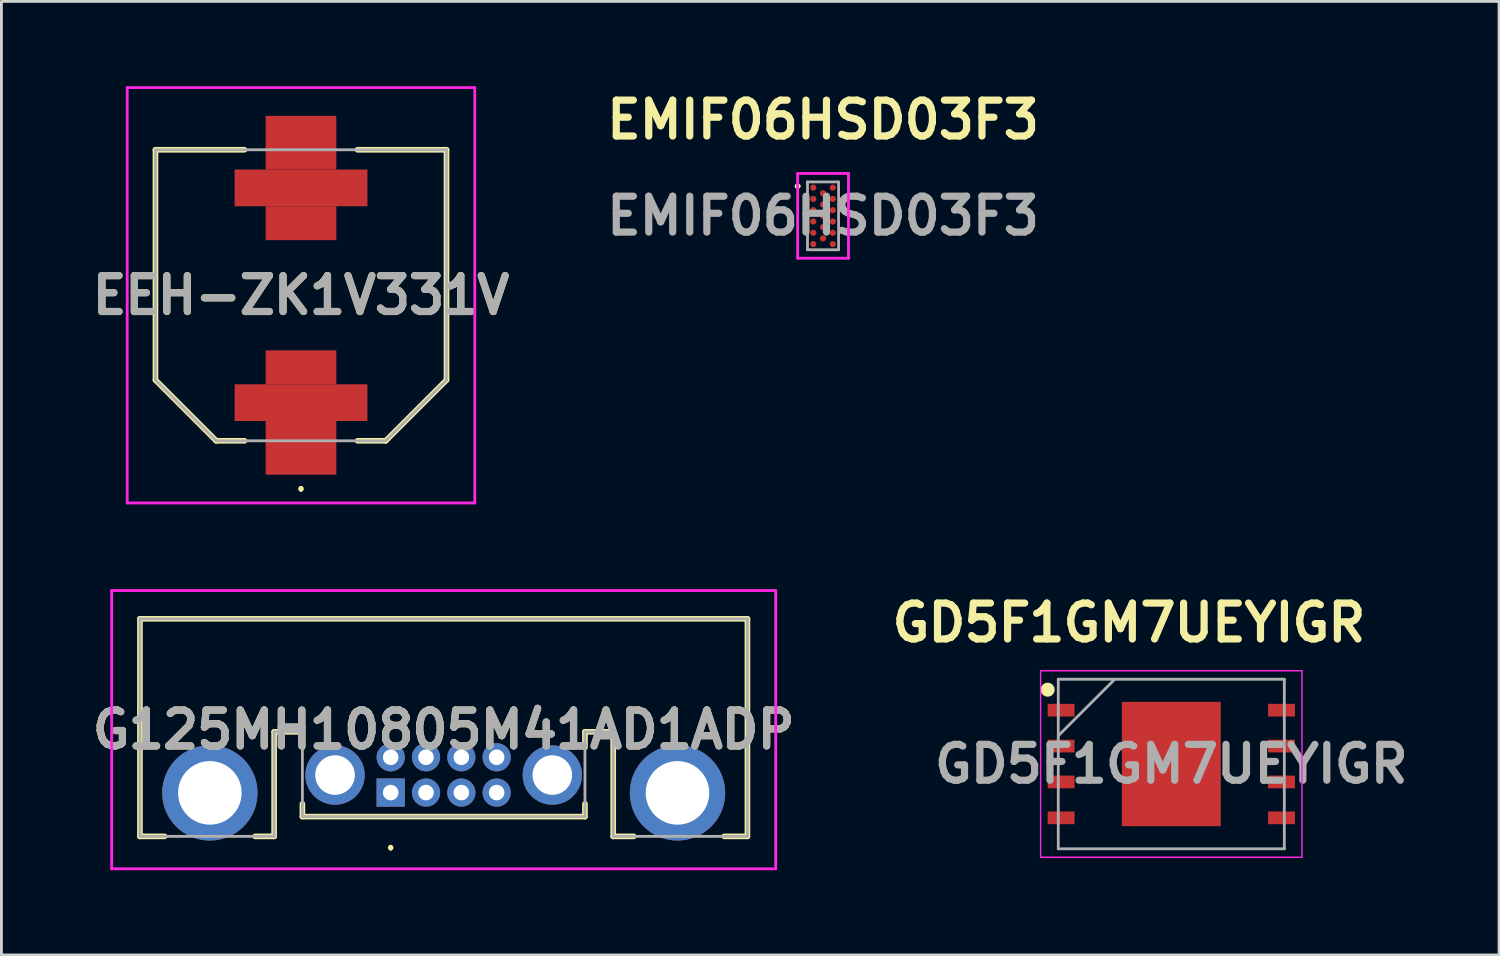
<source format=kicad_pcb>
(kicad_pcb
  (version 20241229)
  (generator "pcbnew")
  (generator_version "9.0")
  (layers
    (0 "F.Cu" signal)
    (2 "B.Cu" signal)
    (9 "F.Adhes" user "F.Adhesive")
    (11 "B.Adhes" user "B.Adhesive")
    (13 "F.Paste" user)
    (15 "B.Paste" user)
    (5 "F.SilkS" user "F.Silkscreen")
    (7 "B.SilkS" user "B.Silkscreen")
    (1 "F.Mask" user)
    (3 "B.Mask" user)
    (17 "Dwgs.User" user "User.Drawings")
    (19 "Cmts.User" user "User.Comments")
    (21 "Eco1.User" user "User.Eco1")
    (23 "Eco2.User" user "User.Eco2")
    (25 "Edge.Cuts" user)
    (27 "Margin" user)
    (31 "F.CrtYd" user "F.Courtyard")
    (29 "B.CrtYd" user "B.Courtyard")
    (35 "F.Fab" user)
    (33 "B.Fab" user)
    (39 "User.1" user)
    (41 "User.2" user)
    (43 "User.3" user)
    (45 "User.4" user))
  (footprint "EMIF06HSD03F3"
    (layer "F.Cu")
    (at 26.078 4.589)
    (property "Reference" "EMIF06HSD03F3" (at 0 -3.4 0) (layer "F.SilkS") (effects (font (size 1.27 1.27) (thickness 0.254))))
    (attr smd)
    (fp_line (start -0.95 -1.05) (end -0.95 -1.05) (stroke (width 0.1) (type solid)) (layer "F.SilkS"))
    (fp_line (start -0.85 -1.05) (end -0.85 -1.05) (stroke (width 0.1) (type solid)) (layer "F.SilkS"))
    (fp_arc (start -0.95 -1.05) (mid -0.9 -1.1) (end -0.85 -1.05) (stroke (width 0.1) (type solid)) (layer "F.SilkS"))
    (fp_arc (start -0.85 -1.05) (mid -0.9 -1) (end -0.95 -1.05) (stroke (width 0.1) (type solid)) (layer "F.SilkS"))
    (fp_line (start -0.9 -1.5) (end -0.9 1.5) (stroke (width 0.1) (type solid)) (layer "F.CrtYd"))
    (fp_line (start -0.9 1.5) (end 0.9 1.5) (stroke (width 0.1) (type solid)) (layer "F.CrtYd"))
    (fp_line (start 0.9 -1.5) (end -0.9 -1.5) (stroke (width 0.1) (type solid)) (layer "F.CrtYd"))
    (fp_line (start 0.9 1.5) (end 0.9 -1.5) (stroke (width 0.1) (type solid)) (layer "F.CrtYd"))
    (fp_line (start -0.55 -1.2) (end -0.55 1.2) (stroke (width 0.1) (type solid)) (layer "F.Fab"))
    (fp_line (start -0.55 1.2) (end 0.55 1.2) (stroke (width 0.1) (type solid)) (layer "F.Fab"))
    (fp_line (start 0.55 -1.2) (end -0.55 -1.2) (stroke (width 0.1) (type solid)) (layer "F.Fab"))
    (fp_line (start 0.55 1.2) (end 0.55 -1.2) (stroke (width 0.1) (type solid)) (layer "F.Fab"))
    (fp_text user "${REFERENCE}" (at 0 0 0) (layer "F.Fab") (effects (font (size 1.27 1.27) (thickness 0.254))))
    (pad "A1" smd circle (at -0.346 -1 90) (size 0.22 0.22) (layers "F.Cu" "F.Mask" "F.Paste"))
    (pad "A3" smd circle (at 0.346 -1 90) (size 0.22 0.22) (layers "F.Cu" "F.Mask" "F.Paste"))
    (pad "B2" smd circle (at 0 -0.8 90) (size 0.22 0.22) (layers "F.Cu" "F.Mask" "F.Paste"))
    (pad "C1" smd circle (at -0.346 -0.6 90) (size 0.22 0.22) (layers "F.Cu" "F.Mask" "F.Paste"))
    (pad "C3" smd circle (at 0.346 -0.6 90) (size 0.22 0.22) (layers "F.Cu" "F.Mask" "F.Paste"))
    (pad "D2" smd circle (at 0 -0.4 90) (size 0.22 0.22) (layers "F.Cu" "F.Mask" "F.Paste"))
    (pad "E1" smd circle (at -0.346 -0.2 90) (size 0.22 0.22) (layers "F.Cu" "F.Mask" "F.Paste"))
    (pad "E3" smd circle (at 0.346 -0.2 90) (size 0.22 0.22) (layers "F.Cu" "F.Mask" "F.Paste"))
    (pad "F2" smd circle (at 0 0 90) (size 0.22 0.22) (layers "F.Cu" "F.Mask" "F.Paste"))
    (pad "G1" smd circle (at -0.346 0.2 90) (size 0.22 0.22) (layers "F.Cu" "F.Mask" "F.Paste"))
    (pad "G3" smd circle (at 0.346 0.2 90) (size 0.22 0.22) (layers "F.Cu" "F.Mask" "F.Paste"))
    (pad "H2" smd circle (at 0 0.4 90) (size 0.22 0.22) (layers "F.Cu" "F.Mask" "F.Paste"))
    (pad "I1" smd circle (at -0.346 0.6 90) (size 0.22 0.22) (layers "F.Cu" "F.Mask" "F.Paste"))
    (pad "I3" smd circle (at 0.346 0.6 90) (size 0.22 0.22) (layers "F.Cu" "F.Mask" "F.Paste"))
    (pad "J2" smd circle (at 0 0.8 90) (size 0.22 0.22) (layers "F.Cu" "F.Mask" "F.Paste"))
    (pad "K1" smd circle (at -0.346 1 90) (size 0.22 0.22) (layers "F.Cu" "F.Mask" "F.Paste"))
    (pad "K3" smd circle (at 0.346 1 90) (size 0.22 0.22) (layers "F.Cu" "F.Mask" "F.Paste")))
  (footprint "EEH-ZK1V331V"
    (layer "F.Cu")
    (at 7.602 7.4)
    (property "Reference" "EEH-ZK1V331V" (at 0 0 0) (layer "F.SilkS") (effects (font (size 1.27 1.27) (thickness 0.254))))
    (attr smd)
    (fp_line (start -5.15 -5.15) (end -5.15 3) (stroke (width 0.2) (type solid)) (layer "F.SilkS"))
    (fp_line (start -5.15 3) (end -3 5.15) (stroke (width 0.2) (type solid)) (layer "F.SilkS"))
    (fp_line (start -3 5.15) (end -2 5.15) (stroke (width 0.2) (type solid)) (layer "F.SilkS"))
    (fp_line (start -2 -5.15) (end -5.15 -5.15) (stroke (width 0.2) (type solid)) (layer "F.SilkS"))
    (fp_line (start 0 6.8) (end 0 6.8) (stroke (width 0.1) (type solid)) (layer "F.SilkS"))
    (fp_line (start 0 6.9) (end 0 6.9) (stroke (width 0.1) (type solid)) (layer "F.SilkS"))
    (fp_line (start 2 -5.15) (end 5.15 -5.15) (stroke (width 0.2) (type solid)) (layer "F.SilkS"))
    (fp_line (start 3 5.15) (end 2 5.15) (stroke (width 0.2) (type solid)) (layer "F.SilkS"))
    (fp_line (start 5.15 -5.15) (end 5.15 3) (stroke (width 0.2) (type solid)) (layer "F.SilkS"))
    (fp_line (start 5.15 3) (end 3 5.15) (stroke (width 0.2) (type solid)) (layer "F.SilkS"))
    (fp_arc (start 0 6.8) (mid 0.05 6.85) (end 0 6.9) (stroke (width 0.1) (type solid)) (layer "F.SilkS"))
    (fp_arc (start 0 6.9) (mid -0.05 6.85) (end 0 6.8) (stroke (width 0.1) (type solid)) (layer "F.SilkS"))
    (fp_line (start -6.15 -7.35) (end 6.15 -7.35) (stroke (width 0.1) (type solid)) (layer "F.CrtYd"))
    (fp_line (start -6.15 7.35) (end -6.15 -7.35) (stroke (width 0.1) (type solid)) (layer "F.CrtYd"))
    (fp_line (start 6.15 -7.35) (end 6.15 7.35) (stroke (width 0.1) (type solid)) (layer "F.CrtYd"))
    (fp_line (start 6.15 7.35) (end -6.15 7.35) (stroke (width 0.1) (type solid)) (layer "F.CrtYd"))
    (fp_line (start -5.15 -5.15) (end 5.15 -5.15) (stroke (width 0.1) (type solid)) (layer "F.Fab"))
    (fp_line (start -5.15 3) (end -5.15 -5.15) (stroke (width 0.1) (type solid)) (layer "F.Fab"))
    (fp_line (start -3 5.15) (end -5.15 3) (stroke (width 0.1) (type solid)) (layer "F.Fab"))
    (fp_line (start 3 5.15) (end -3 5.15) (stroke (width 0.1) (type solid)) (layer "F.Fab"))
    (fp_line (start 5.15 -5.15) (end 5.15 3) (stroke (width 0.1) (type solid)) (layer "F.Fab"))
    (fp_line (start 5.15 3) (end 3 5.15) (stroke (width 0.1) (type solid)) (layer "F.Fab"))
    (fp_text user "${REFERENCE}" (at 0 0 0) (layer "F.Fab") (effects (font (size 1.27 1.27) (thickness 0.254))))
    (pad "1" smd rect (at 0 3.8 90) (size 1.3 4.7) (layers "F.Cu" "F.Mask" "F.Paste"))
    (pad "2" smd rect (at 0 -3.8 90) (size 1.3 4.7) (layers "F.Cu" "F.Mask" "F.Paste"))
    (pad "3" smd rect (at 0 5.4 90) (size 1.9 2.5) (layers "F.Cu" "F.Mask" "F.Paste"))
    (pad "4" smd rect (at 0 2.55 90) (size 1.2 2.5) (layers "F.Cu" "F.Mask" "F.Paste"))
    (pad "5" smd rect (at 0 -2.55 90) (size 1.2 2.5) (layers "F.Cu" "F.Mask" "F.Paste"))
    (pad "6" smd rect (at 0 -5.4 90) (size 1.9 2.5) (layers "F.Cu" "F.Mask" "F.Paste")))
  (footprint "G125MH10805M41AD1ADP"
    (layer "F.Cu")
    (at 10.777 25)
    (property "Reference" "G125MH10805M41AD1ADP" (at 1.875 -2.226 0) (layer "F.SilkS") (effects (font (size 1.27 1.27) (thickness 0.254))))
    (attr through_hole)
    (fp_line (start -8.875 -6.15) (end -8.875 1.55) (stroke (width 0.2) (type solid)) (layer "F.SilkS"))
    (fp_line (start -8.875 1.55) (end -8 1.55) (stroke (width 0.2) (type solid)) (layer "F.SilkS"))
    (fp_line (start -4.8 1.55) (end -4.125 1.55) (stroke (width 0.2) (type solid)) (layer "F.SilkS"))
    (fp_line (start -4.125 -2.15) (end -3.125 -2.15) (stroke (width 0.2) (type solid)) (layer "F.SilkS"))
    (fp_line (start -4.125 1.55) (end -4.125 -2.15) (stroke (width 0.2) (type solid)) (layer "F.SilkS"))
    (fp_line (start -3.125 -2.15) (end -3.125 -1.6) (stroke (width 0.2) (type solid)) (layer "F.SilkS"))
    (fp_line (start -3.125 0.4) (end -3.125 0.85) (stroke (width 0.2) (type solid)) (layer "F.SilkS"))
    (fp_line (start -3.125 0.85) (end 6.875 0.85) (stroke (width 0.2) (type solid)) (layer "F.SilkS"))
    (fp_line (start 0 1.9) (end 0 1.9) (stroke (width 0.1) (type solid)) (layer "F.SilkS"))
    (fp_line (start 0 2) (end 0 2) (stroke (width 0.1) (type solid)) (layer "F.SilkS"))
    (fp_line (start 6.875 -2.15) (end 7.875 -2.15) (stroke (width 0.2) (type solid)) (layer "F.SilkS"))
    (fp_line (start 6.875 -1.6) (end 6.875 -2.15) (stroke (width 0.2) (type solid)) (layer "F.SilkS"))
    (fp_line (start 6.875 0.85) (end 6.875 0.4) (stroke (width 0.2) (type solid)) (layer "F.SilkS"))
    (fp_line (start 7.875 -2.15) (end 7.875 1.55) (stroke (width 0.2) (type solid)) (layer "F.SilkS"))
    (fp_line (start 7.875 1.55) (end 8.6 1.55) (stroke (width 0.2) (type solid)) (layer "F.SilkS"))
    (fp_line (start 11.8 1.55) (end 12.625 1.55) (stroke (width 0.2) (type solid)) (layer "F.SilkS"))
    (fp_line (start 12.625 -6.15) (end -8.875 -6.15) (stroke (width 0.2) (type solid)) (layer "F.SilkS"))
    (fp_line (start 12.625 1.55) (end 12.625 -6.15) (stroke (width 0.2) (type solid)) (layer "F.SilkS"))
    (fp_arc (start 0 1.9) (mid 0.05 1.95) (end 0 2) (stroke (width 0.1) (type solid)) (layer "F.SilkS"))
    (fp_arc (start 0 2) (mid -0.05 1.95) (end 0 1.9) (stroke (width 0.1) (type solid)) (layer "F.SilkS"))
    (fp_line (start -9.875 -7.15) (end 13.625 -7.15) (stroke (width 0.1) (type solid)) (layer "F.CrtYd"))
    (fp_line (start -9.875 2.697) (end -9.875 -7.15) (stroke (width 0.1) (type solid)) (layer "F.CrtYd"))
    (fp_line (start 13.625 -7.15) (end 13.625 2.697) (stroke (width 0.1) (type solid)) (layer "F.CrtYd"))
    (fp_line (start 13.625 2.697) (end -9.875 2.697) (stroke (width 0.1) (type solid)) (layer "F.CrtYd"))
    (fp_line (start -8.875 -6.15) (end 1.875 -6.15) (stroke (width 0.1) (type solid)) (layer "F.Fab"))
    (fp_line (start -8.875 1.55) (end -8.875 -6.15) (stroke (width 0.1) (type solid)) (layer "F.Fab"))
    (fp_line (start -4.125 -2.15) (end -4.125 1.55) (stroke (width 0.1) (type solid)) (layer "F.Fab"))
    (fp_line (start -4.125 1.55) (end -8.875 1.55) (stroke (width 0.1) (type solid)) (layer "F.Fab"))
    (fp_line (start -3.125 -2.15) (end -4.125 -2.15) (stroke (width 0.1) (type solid)) (layer "F.Fab"))
    (fp_line (start -3.125 0.85) (end -3.125 -2.15) (stroke (width 0.1) (type solid)) (layer "F.Fab"))
    (fp_line (start 1.875 -6.15) (end 12.625 -6.15) (stroke (width 0.1) (type solid)) (layer "F.Fab"))
    (fp_line (start 6.875 -2.15) (end 6.875 0.85) (stroke (width 0.1) (type solid)) (layer "F.Fab"))
    (fp_line (start 6.875 0.85) (end -3.125 0.85) (stroke (width 0.1) (type solid)) (layer "F.Fab"))
    (fp_line (start 7.875 -2.15) (end 6.875 -2.15) (stroke (width 0.1) (type solid)) (layer "F.Fab"))
    (fp_line (start 7.875 1.55) (end 7.875 -2.15) (stroke (width 0.1) (type solid)) (layer "F.Fab"))
    (fp_line (start 12.625 -6.15) (end 12.625 1.55) (stroke (width 0.1) (type solid)) (layer "F.Fab"))
    (fp_line (start 12.625 1.55) (end 7.875 1.55) (stroke (width 0.1) (type solid)) (layer "F.Fab"))
    (fp_text user "${REFERENCE}" (at 1.875 -2.226 0) (layer "F.Fab") (effects (font (size 1.27 1.27) (thickness 0.254))))
    (pad "1" thru_hole rect (at 0 0) (size 1 1) (drill 0.55) (layers "*.Cu" "*.Mask"))
    (pad "2" thru_hole circle (at 1.25 0) (size 1 1) (drill 0.55) (layers "*.Cu" "*.Mask"))
    (pad "3" thru_hole circle (at 2.5 0) (size 1 1) (drill 0.55) (layers "*.Cu" "*.Mask"))
    (pad "4" thru_hole circle (at 3.75 0) (size 1 1) (drill 0.55) (layers "*.Cu" "*.Mask"))
    (pad "5" thru_hole circle (at 0 -1.25) (size 1 1) (drill 0.55) (layers "*.Cu" "*.Mask"))
    (pad "6" thru_hole circle (at 1.25 -1.25) (size 1 1) (drill 0.55) (layers "*.Cu" "*.Mask"))
    (pad "7" thru_hole circle (at 2.5 -1.25) (size 1 1) (drill 0.55) (layers "*.Cu" "*.Mask"))
    (pad "8" thru_hole circle (at 3.75 -1.25) (size 1 1) (drill 0.55) (layers "*.Cu" "*.Mask"))
    (pad "9" thru_hole circle (at -1.97 -0.62) (size 2.1 2.1) (drill 1.4) (layers "*.Cu" "*.Mask"))
    (pad "10" thru_hole circle (at 5.72 -0.62) (size 2.1 2.1) (drill 1.4) (layers "*.Cu" "*.Mask"))
    (pad "11" thru_hole circle (at -6.4 0.01) (size 3.375 3.375) (drill 2.25) (layers "*.Cu" "*.Mask"))
    (pad "12" thru_hole circle (at 10.15 0.01) (size 3.375 3.375) (drill 2.25) (layers "*.Cu" "*.Mask")))
  (footprint "GD5F1GM7UEYIGR"
    (layer "F.Cu")
    (at 38.403 23.989)
    (property "Reference" "GD5F1GM7UEYIGR" (at -1.5 -5 0) (layer "F.SilkS") (effects (font (size 1.27 1.27) (thickness 0.254))))
    (attr smd)
    (fp_circle (center -4.375 -2.63) (end -4.375 -2.505) (stroke (width 0.25) (type solid)) (fill no) (layer "F.SilkS"))
    (fp_line (start -4.625 -3.3) (end 4.625 -3.3) (stroke (width 0.05) (type solid)) (layer "F.CrtYd"))
    (fp_line (start -4.625 3.3) (end -4.625 -3.3) (stroke (width 0.05) (type solid)) (layer "F.CrtYd"))
    (fp_line (start 4.625 -3.3) (end 4.625 3.3) (stroke (width 0.05) (type solid)) (layer "F.CrtYd"))
    (fp_line (start 4.625 3.3) (end -4.625 3.3) (stroke (width 0.05) (type solid)) (layer "F.CrtYd"))
    (fp_line (start -4 -3) (end 4 -3) (stroke (width 0.1) (type solid)) (layer "F.Fab"))
    (fp_line (start -4 -1) (end -2 -3) (stroke (width 0.1) (type solid)) (layer "F.Fab"))
    (fp_line (start -4 3) (end -4 -3) (stroke (width 0.1) (type solid)) (layer "F.Fab"))
    (fp_line (start 4 -3) (end 4 3) (stroke (width 0.1) (type solid)) (layer "F.Fab"))
    (fp_line (start 4 3) (end -4 3) (stroke (width 0.1) (type solid)) (layer "F.Fab"))
    (fp_text user "${REFERENCE}" (at 0 0 0) (layer "F.Fab") (effects (font (size 1.27 1.27) (thickness 0.254))))
    (pad "1" smd rect (at -3.9 -1.905 90) (size 0.45 0.95) (layers "F.Cu" "F.Mask" "F.Paste"))
    (pad "2" smd rect (at -3.9 -0.635 90) (size 0.45 0.95) (layers "F.Cu" "F.Mask" "F.Paste"))
    (pad "3" smd rect (at -3.9 0.635 90) (size 0.45 0.95) (layers "F.Cu" "F.Mask" "F.Paste"))
    (pad "4" smd rect (at -3.9 1.905 90) (size 0.45 0.95) (layers "F.Cu" "F.Mask" "F.Paste"))
    (pad "5" smd rect (at 3.9 1.905 90) (size 0.45 0.95) (layers "F.Cu" "F.Mask" "F.Paste"))
    (pad "6" smd rect (at 3.9 0.635 90) (size 0.45 0.95) (layers "F.Cu" "F.Mask" "F.Paste"))
    (pad "7" smd rect (at 3.9 -0.635 90) (size 0.45 0.95) (layers "F.Cu" "F.Mask" "F.Paste"))
    (pad "8" smd rect (at 3.9 -1.905 90) (size 0.45 0.95) (layers "F.Cu" "F.Mask" "F.Paste"))
    (pad "9" smd rect (at 0 0) (size 3.5 4.4) (layers "F.Cu" "F.Mask" "F.Paste")))
  (gr_rect
    (start -3 -3)
    (end 50.003 30.747)
    (stroke (width 0.1) (type default))
    (fill no)
    (layer "Edge.Cuts")))
</source>
